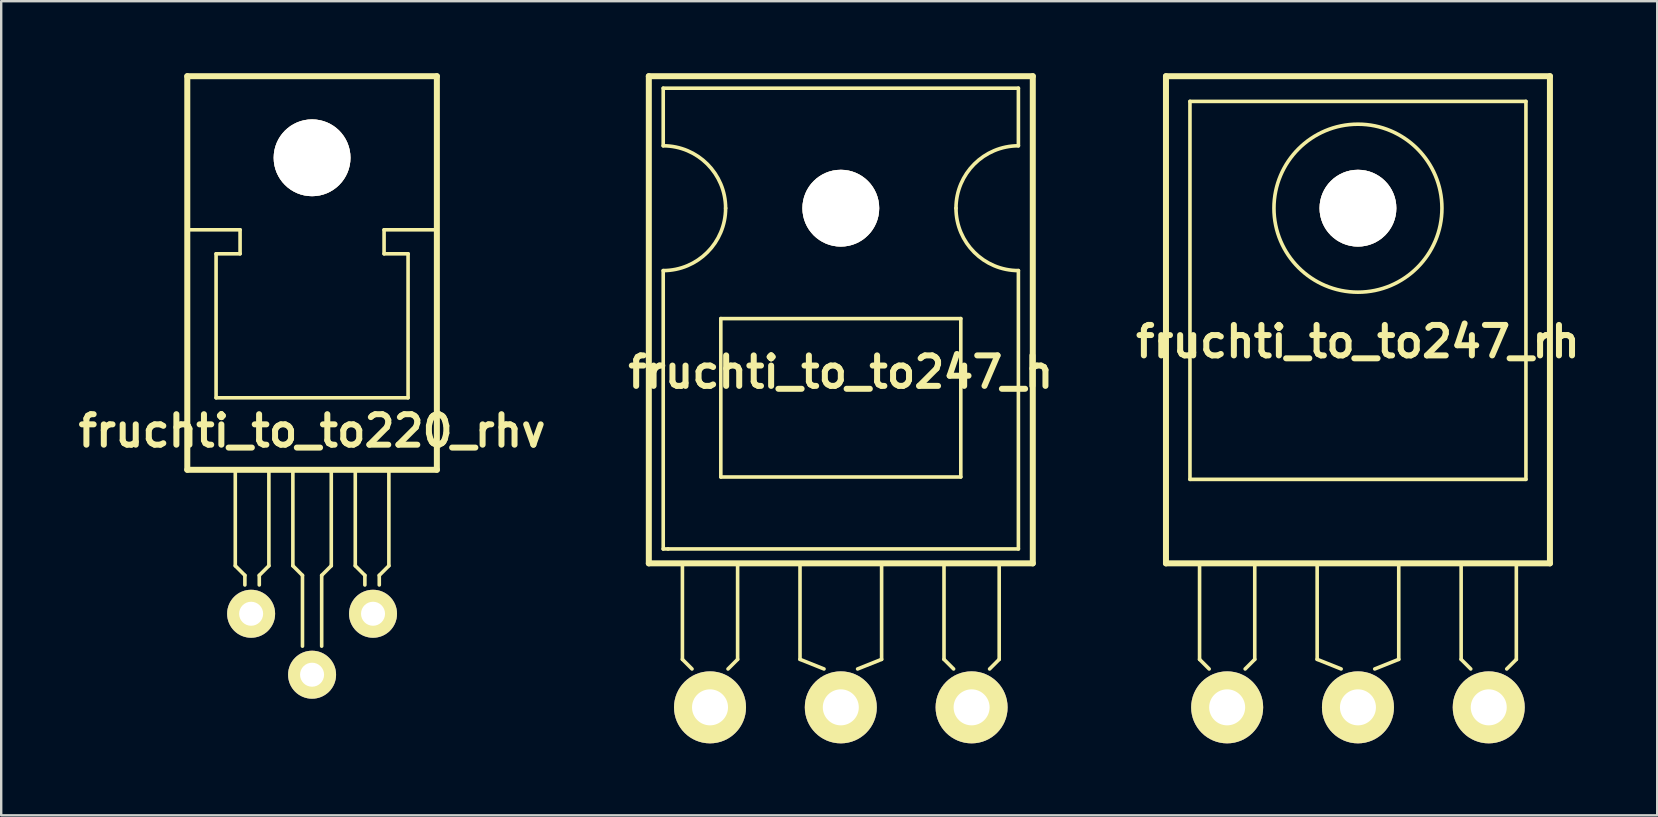
<source format=kicad_pcb>
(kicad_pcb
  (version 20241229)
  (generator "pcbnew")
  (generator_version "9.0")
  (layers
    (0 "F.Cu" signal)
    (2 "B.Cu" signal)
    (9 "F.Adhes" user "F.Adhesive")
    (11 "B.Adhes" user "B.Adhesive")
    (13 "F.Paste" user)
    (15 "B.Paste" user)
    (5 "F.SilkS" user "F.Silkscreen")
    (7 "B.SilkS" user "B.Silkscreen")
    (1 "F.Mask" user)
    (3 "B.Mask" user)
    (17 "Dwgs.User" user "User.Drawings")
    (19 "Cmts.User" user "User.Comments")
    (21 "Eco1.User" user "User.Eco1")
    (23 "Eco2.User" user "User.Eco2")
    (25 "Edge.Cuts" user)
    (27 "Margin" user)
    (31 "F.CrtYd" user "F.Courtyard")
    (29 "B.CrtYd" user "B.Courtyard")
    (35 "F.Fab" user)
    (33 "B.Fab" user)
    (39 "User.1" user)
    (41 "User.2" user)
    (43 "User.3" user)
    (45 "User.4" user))
  (footprint "fruchti_to_to247_h"
    (layer "F.Cu")
    (at 31.986 26.425)
    (property "Reference" "fruchti_to_to247_h" (at 0 -13.97 0) (layer "F.SilkS") (effects (font (size 1.27 1.27) (thickness 0.25))))
    (attr through_hole)
    (fp_line (start -8 -26.3) (end 8 -26.3) (stroke (width 0.25) (type solid)) (layer "F.SilkS"))
    (fp_line (start -8 -6) (end -8 -26.3) (stroke (width 0.25) (type solid)) (layer "F.SilkS"))
    (fp_line (start -7.4 -25.8) (end 7.4 -25.8) (stroke (width 0.15) (type solid)) (layer "F.SilkS"))
    (fp_line (start -7.4 -23.4) (end -7.4 -25.8) (stroke (width 0.15) (type solid)) (layer "F.SilkS"))
    (fp_line (start -7.4 -6.6) (end -7.4 -18.2) (stroke (width 0.15) (type solid)) (layer "F.SilkS"))
    (fp_line (start -7.2 -6.6) (end -7.4 -6.6) (stroke (width 0.15) (type solid)) (layer "F.SilkS"))
    (fp_line (start -6.6 -6) (end -6.6 -2) (stroke (width 0.15) (type solid)) (layer "F.SilkS"))
    (fp_line (start -6.2 -1.6) (end -6.6 -2) (stroke (width 0.15) (type solid)) (layer "F.SilkS"))
    (fp_line (start -5 -16.2) (end -5 -9.6) (stroke (width 0.15) (type solid)) (layer "F.SilkS"))
    (fp_line (start -5 -9.6) (end 5 -9.6) (stroke (width 0.15) (type solid)) (layer "F.SilkS"))
    (fp_line (start -4.7 -1.6) (end -4.3 -2) (stroke (width 0.15) (type solid)) (layer "F.SilkS"))
    (fp_line (start -4.3 -6) (end -4.3 -2) (stroke (width 0.15) (type solid)) (layer "F.SilkS"))
    (fp_line (start -1.7 -6) (end -1.7 -2) (stroke (width 0.15) (type solid)) (layer "F.SilkS"))
    (fp_line (start -0.7 -1.6) (end -1.7 -2) (stroke (width 0.15) (type solid)) (layer "F.SilkS"))
    (fp_line (start 0.7 -1.6) (end 1.7 -2) (stroke (width 0.15) (type solid)) (layer "F.SilkS"))
    (fp_line (start 1.7 -6) (end 1.7 -2) (stroke (width 0.15) (type solid)) (layer "F.SilkS"))
    (fp_line (start 4.3 -6) (end 4.3 -2) (stroke (width 0.15) (type solid)) (layer "F.SilkS"))
    (fp_line (start 4.7 -1.6) (end 4.3 -2) (stroke (width 0.15) (type solid)) (layer "F.SilkS"))
    (fp_line (start 5 -16.2) (end -5 -16.2) (stroke (width 0.15) (type solid)) (layer "F.SilkS"))
    (fp_line (start 5 -9.6) (end 5 -16.2) (stroke (width 0.15) (type solid)) (layer "F.SilkS"))
    (fp_line (start 6.2 -1.6) (end 6.6 -2) (stroke (width 0.15) (type solid)) (layer "F.SilkS"))
    (fp_line (start 6.6 -6) (end 6.6 -2) (stroke (width 0.15) (type solid)) (layer "F.SilkS"))
    (fp_line (start 7.4 -25.8) (end 7.4 -23.4) (stroke (width 0.15) (type solid)) (layer "F.SilkS"))
    (fp_line (start 7.4 -18.2) (end 7.4 -6.6) (stroke (width 0.15) (type solid)) (layer "F.SilkS"))
    (fp_line (start 7.4 -6.6) (end -7.2 -6.6) (stroke (width 0.15) (type solid)) (layer "F.SilkS"))
    (fp_line (start 8 -26.3) (end 8 -6) (stroke (width 0.25) (type solid)) (layer "F.SilkS"))
    (fp_line (start 8 -6) (end -8 -6) (stroke (width 0.25) (type solid)) (layer "F.SilkS"))
    (fp_arc (start -7.4 -23.4) (mid -5.561522 -22.638478) (end -4.8 -20.8) (stroke (width 0.15) (type solid)) (layer "F.SilkS"))
    (fp_arc (start -4.8 -20.8) (mid -5.561522 -18.961522) (end -7.4 -18.2) (stroke (width 0.15) (type solid)) (layer "F.SilkS"))
    (fp_arc (start 4.8 -20.8) (mid 5.561522 -22.638478) (end 7.4 -23.4) (stroke (width 0.15) (type solid)) (layer "F.SilkS"))
    (fp_arc (start 7.4 -18.2) (mid 5.561522 -18.961522) (end 4.8 -20.8) (stroke (width 0.15) (type solid)) (layer "F.SilkS"))
    (pad "1" thru_hole circle (at -5.45 0) (size 3 3) (drill 1.5) (layers "*.Cu" "*.Mask" "F.SilkS"))
    (pad "2" thru_hole circle (at 0 0) (size 3 3) (drill 1.5) (layers "*.Cu" "*.Mask" "F.SilkS"))
    (pad "3" thru_hole circle (at 5.45 0) (size 3 3) (drill 1.5) (layers "*.Cu" "*.Mask" "F.SilkS"))
    (pad "T" thru_hole circle (at 0 -20.8) (size 3.2 3.2) (drill 3.2) (layers "*.Cu" "*.Mask" "F.SilkS")))
  (footprint "fruchti_to_to220_rhv"
    (layer "F.Cu")
    (at 9.954 22.525)
    (property "Reference" "fruchti_to_to220_rhv" (at 0 -7.62 0) (layer "F.SilkS") (effects (font (size 1.27 1.27) (thickness 0.25))))
    (attr through_hole)
    (fp_line (start -5.2 -22.4) (end 5.2 -22.4) (stroke (width 0.25) (type solid)) (layer "F.SilkS"))
    (fp_line (start -5.2 -6) (end -5.2 -22.4) (stroke (width 0.25) (type solid)) (layer "F.SilkS"))
    (fp_line (start -4 -15) (end -4 -9) (stroke (width 0.15) (type solid)) (layer "F.SilkS"))
    (fp_line (start -4 -15) (end -3 -15) (stroke (width 0.15) (type solid)) (layer "F.SilkS"))
    (fp_line (start -3.2 -6) (end -3.2 -2) (stroke (width 0.15) (type solid)) (layer "F.SilkS"))
    (fp_line (start -3.2 -2) (end -2.8 -1.6) (stroke (width 0.15) (type solid)) (layer "F.SilkS"))
    (fp_line (start -3 -16) (end -5.2 -16) (stroke (width 0.15) (type solid)) (layer "F.SilkS"))
    (fp_line (start -3 -15) (end -3 -16) (stroke (width 0.15) (type solid)) (layer "F.SilkS"))
    (fp_line (start -2.8 -1.6) (end -2.8 -1.2) (stroke (width 0.15) (type solid)) (layer "F.SilkS"))
    (fp_line (start -2.2 -1.6) (end -2.2 -1.2) (stroke (width 0.15) (type solid)) (layer "F.SilkS"))
    (fp_line (start -1.8 -6) (end -1.8 -2) (stroke (width 0.15) (type solid)) (layer "F.SilkS"))
    (fp_line (start -1.8 -2) (end -2.2 -1.6) (stroke (width 0.15) (type solid)) (layer "F.SilkS"))
    (fp_line (start -0.8 -6) (end -0.8 -2) (stroke (width 0.15) (type solid)) (layer "F.SilkS"))
    (fp_line (start -0.8 -2) (end -0.4 -1.6) (stroke (width 0.15) (type solid)) (layer "F.SilkS"))
    (fp_line (start -0.4 -1.6) (end -0.4 1.35) (stroke (width 0.15) (type solid)) (layer "F.SilkS"))
    (fp_line (start 0.4 -1.6) (end 0.4 1.35) (stroke (width 0.15) (type solid)) (layer "F.SilkS"))
    (fp_line (start 0.8 -6) (end 0.8 -2) (stroke (width 0.15) (type solid)) (layer "F.SilkS"))
    (fp_line (start 0.8 -2) (end 0.4 -1.6) (stroke (width 0.15) (type solid)) (layer "F.SilkS"))
    (fp_line (start 1.8 -2) (end 1.8 -6) (stroke (width 0.15) (type solid)) (layer "F.SilkS"))
    (fp_line (start 1.8 -2) (end 2.2 -1.6) (stroke (width 0.15) (type solid)) (layer "F.SilkS"))
    (fp_line (start 2.2 -1.6) (end 2.2 -1.2) (stroke (width 0.15) (type solid)) (layer "F.SilkS"))
    (fp_line (start 2.8 -1.6) (end 2.8 -1.2) (stroke (width 0.15) (type solid)) (layer "F.SilkS"))
    (fp_line (start 3 -16) (end 5.2 -16) (stroke (width 0.15) (type solid)) (layer "F.SilkS"))
    (fp_line (start 3 -15) (end 3 -16) (stroke (width 0.15) (type solid)) (layer "F.SilkS"))
    (fp_line (start 3.2 -2) (end 2.8 -1.6) (stroke (width 0.15) (type solid)) (layer "F.SilkS"))
    (fp_line (start 3.2 -2) (end 3.2 -6) (stroke (width 0.15) (type solid)) (layer "F.SilkS"))
    (fp_line (start 4 -15) (end 3 -15) (stroke (width 0.15) (type solid)) (layer "F.SilkS"))
    (fp_line (start 4 -9) (end -4 -9) (stroke (width 0.15) (type solid)) (layer "F.SilkS"))
    (fp_line (start 4 -9) (end 4 -15) (stroke (width 0.15) (type solid)) (layer "F.SilkS"))
    (fp_line (start 5.2 -22.4) (end 5.2 -6) (stroke (width 0.25) (type solid)) (layer "F.SilkS"))
    (fp_line (start 5.2 -6) (end -5.2 -6) (stroke (width 0.25) (type solid)) (layer "F.SilkS"))
    (pad "1" thru_hole circle (at 2.54 0) (size 1.999 1.999) (drill 1.001) (layers "*.Cu" "*.Mask" "F.SilkS"))
    (pad "2" thru_hole circle (at 0 2.54) (size 1.999 1.999) (drill 1.001) (layers "*.Cu" "*.Mask" "F.SilkS"))
    (pad "3" thru_hole circle (at -2.54 0) (size 1.999 1.999) (drill 1.001) (layers "*.Cu" "*.Mask" "F.SilkS"))
    (pad "T" thru_hole circle (at 0 -19) (size 3.2 3.2) (drill 3.2) (layers "*.Cu" "*.Mask" "F.SilkS")))
  (footprint "fruchti_to_to247_rh"
    (layer "F.Cu")
    (at 53.535 26.425)
    (property "Reference" "fruchti_to_to247_rh" (at 0 -15.24 0) (layer "F.SilkS") (effects (font (size 1.27 1.27) (thickness 0.25))))
    (attr through_hole)
    (fp_line (start -8 -26.3) (end 8 -26.3) (stroke (width 0.25) (type solid)) (layer "F.SilkS"))
    (fp_line (start -8 -6) (end -8 -26.3) (stroke (width 0.25) (type solid)) (layer "F.SilkS"))
    (fp_line (start -7 -25.25) (end -7 -9.5) (stroke (width 0.15) (type solid)) (layer "F.SilkS"))
    (fp_line (start -7 -9.5) (end 7 -9.5) (stroke (width 0.15) (type solid)) (layer "F.SilkS"))
    (fp_line (start -6.6 -6) (end -6.6 -2) (stroke (width 0.15) (type solid)) (layer "F.SilkS"))
    (fp_line (start -6.2 -1.6) (end -6.6 -2) (stroke (width 0.15) (type solid)) (layer "F.SilkS"))
    (fp_line (start -4.7 -1.6) (end -4.3 -2) (stroke (width 0.15) (type solid)) (layer "F.SilkS"))
    (fp_line (start -4.3 -6) (end -4.3 -2) (stroke (width 0.15) (type solid)) (layer "F.SilkS"))
    (fp_line (start -1.7 -6) (end -1.7 -2) (stroke (width 0.15) (type solid)) (layer "F.SilkS"))
    (fp_line (start -0.7 -1.6) (end -1.7 -2) (stroke (width 0.15) (type solid)) (layer "F.SilkS"))
    (fp_line (start 0.7 -1.6) (end 1.7 -2) (stroke (width 0.15) (type solid)) (layer "F.SilkS"))
    (fp_line (start 1.7 -6) (end 1.7 -2) (stroke (width 0.15) (type solid)) (layer "F.SilkS"))
    (fp_line (start 4.3 -6) (end 4.3 -2) (stroke (width 0.15) (type solid)) (layer "F.SilkS"))
    (fp_line (start 4.7 -1.6) (end 4.3 -2) (stroke (width 0.15) (type solid)) (layer "F.SilkS"))
    (fp_line (start 6.2 -1.6) (end 6.6 -2) (stroke (width 0.15) (type solid)) (layer "F.SilkS"))
    (fp_line (start 6.6 -6) (end 6.6 -2) (stroke (width 0.15) (type solid)) (layer "F.SilkS"))
    (fp_line (start 7 -25.25) (end -7 -25.25) (stroke (width 0.15) (type solid)) (layer "F.SilkS"))
    (fp_line (start 7 -9.5) (end 7 -25.25) (stroke (width 0.15) (type solid)) (layer "F.SilkS"))
    (fp_line (start 8 -26.3) (end 8 -6) (stroke (width 0.25) (type solid)) (layer "F.SilkS"))
    (fp_line (start 8 -6) (end -8 -6) (stroke (width 0.25) (type solid)) (layer "F.SilkS"))
    (fp_circle (center 0 -20.8) (end 3.5 -20.8) (stroke (width 0.15) (type solid)) (fill no) (layer "F.SilkS"))
    (pad "1" thru_hole circle (at 5.45 0) (size 3 3) (drill 1.5) (layers "*.Cu" "*.Mask" "F.SilkS"))
    (pad "2" thru_hole circle (at 0 0) (size 3 3) (drill 1.5) (layers "*.Cu" "*.Mask" "F.SilkS"))
    (pad "3" thru_hole circle (at -5.45 0) (size 3 3) (drill 1.5) (layers "*.Cu" "*.Mask" "F.SilkS"))
    (pad "T" thru_hole circle (at 0 -20.8) (size 3.2 3.2) (drill 3.2) (layers "*.Cu" "*.Mask" "F.SilkS")))
  (gr_rect
    (start -3 -3)
    (end 66.005 30.925)
    (stroke (width 0.1) (type default))
    (fill no)
    (layer "Edge.Cuts")))
</source>
